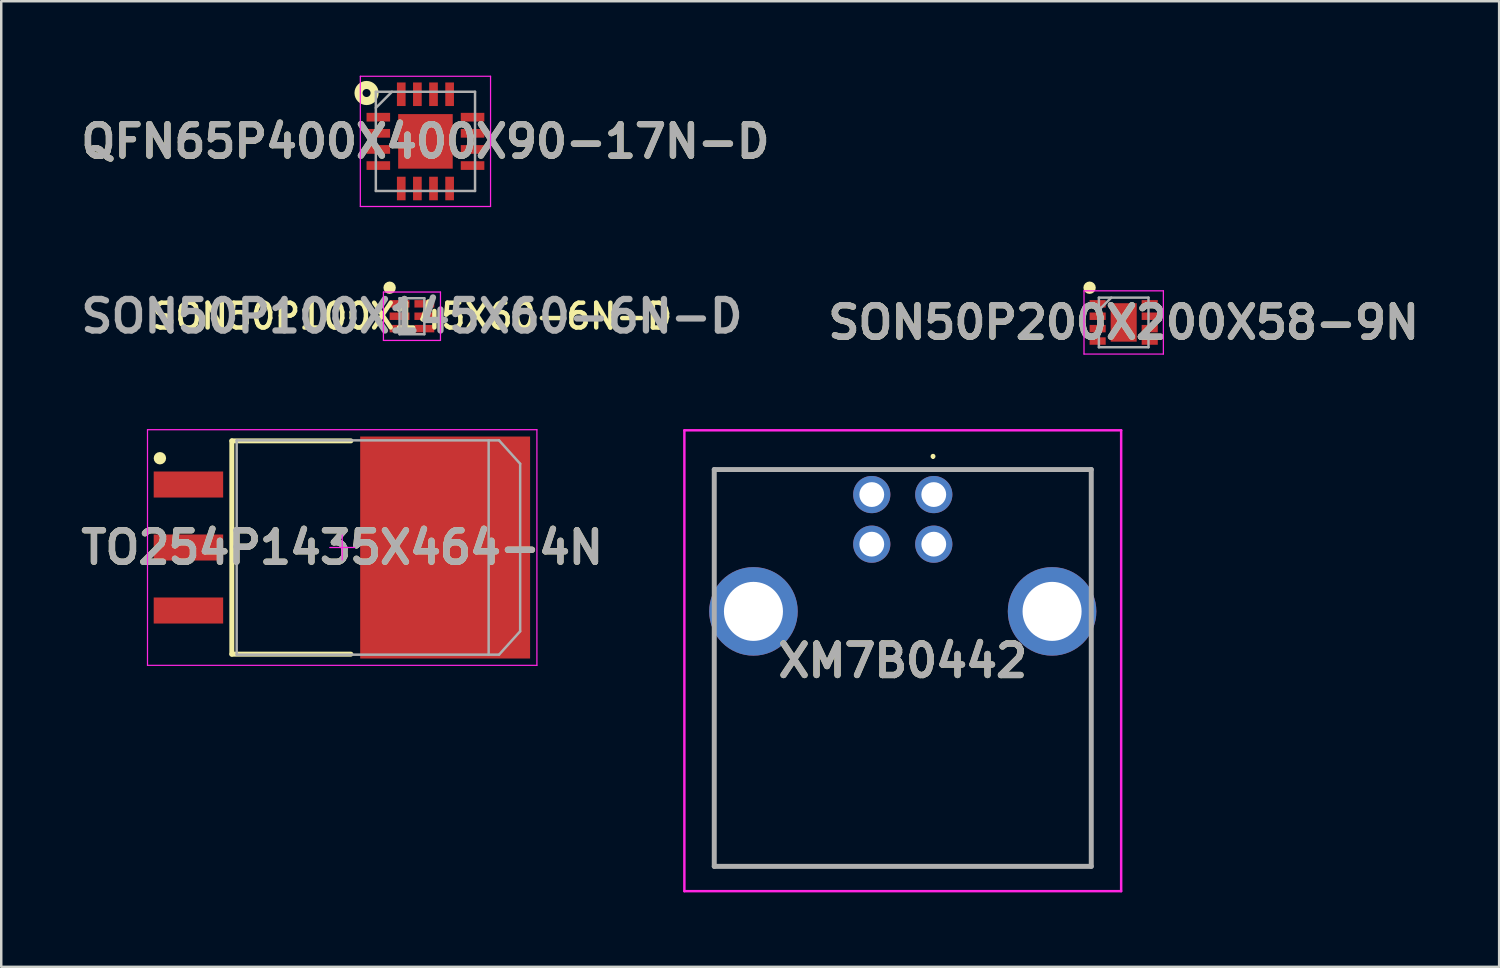
<source format=kicad_pcb>
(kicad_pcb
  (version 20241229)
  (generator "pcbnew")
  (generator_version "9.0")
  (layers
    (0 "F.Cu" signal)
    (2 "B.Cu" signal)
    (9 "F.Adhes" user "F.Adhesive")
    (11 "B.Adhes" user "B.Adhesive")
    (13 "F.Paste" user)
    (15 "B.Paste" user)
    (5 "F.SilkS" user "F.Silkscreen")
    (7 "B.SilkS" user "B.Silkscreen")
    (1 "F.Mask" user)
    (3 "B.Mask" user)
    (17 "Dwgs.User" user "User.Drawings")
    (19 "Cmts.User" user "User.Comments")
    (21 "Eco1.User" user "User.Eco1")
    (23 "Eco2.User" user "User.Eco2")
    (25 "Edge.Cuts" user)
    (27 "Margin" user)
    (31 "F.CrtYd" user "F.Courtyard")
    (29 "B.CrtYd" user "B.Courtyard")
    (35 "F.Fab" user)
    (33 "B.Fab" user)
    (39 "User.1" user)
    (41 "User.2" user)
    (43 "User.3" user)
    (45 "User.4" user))
  (footprint "QFN65P400X400X90-17N-D"
    (layer "F.Cu")
    (at 14.103 2.65)
    (property "Reference" "QFN65P400X400X90-17N-D" (at 0 0 0) (layer "F.SilkS") (effects (font (size 1.27 1.27) (thickness 0.254))))
    (attr smd)
    (fp_circle (center -2.374 -1.95) (end -2.374 -1.788) (stroke (width 0.325) (type solid)) (fill no) (layer "F.SilkS"))
    (fp_line (start -2.625 -2.625) (end 2.625 -2.625) (stroke (width 0.05) (type solid)) (layer "F.CrtYd"))
    (fp_line (start -2.625 2.625) (end -2.625 -2.625) (stroke (width 0.05) (type solid)) (layer "F.CrtYd"))
    (fp_line (start 2.625 -2.625) (end 2.625 2.625) (stroke (width 0.05) (type solid)) (layer "F.CrtYd"))
    (fp_line (start 2.625 2.625) (end -2.625 2.625) (stroke (width 0.05) (type solid)) (layer "F.CrtYd"))
    (fp_line (start -2 -2) (end 2 -2) (stroke (width 0.1) (type solid)) (layer "F.Fab"))
    (fp_line (start -2 -1.35) (end -1.35 -2) (stroke (width 0.1) (type solid)) (layer "F.Fab"))
    (fp_line (start -2 2) (end -2 -2) (stroke (width 0.1) (type solid)) (layer "F.Fab"))
    (fp_line (start 2 -2) (end 2 2) (stroke (width 0.1) (type solid)) (layer "F.Fab"))
    (fp_line (start 2 2) (end -2 2) (stroke (width 0.1) (type solid)) (layer "F.Fab"))
    (fp_text user "${REFERENCE}" (at 0 0 0) (layer "F.Fab") (effects (font (size 1.27 1.27) (thickness 0.254))))
    (pad "1" smd rect (at -1.9 -0.975 90) (size 0.35 0.95) (layers "F.Cu" "F.Mask" "F.Paste"))
    (pad "2" smd rect (at -1.9 -0.325 90) (size 0.35 0.95) (layers "F.Cu" "F.Mask" "F.Paste"))
    (pad "3" smd rect (at -1.9 0.325 90) (size 0.35 0.95) (layers "F.Cu" "F.Mask" "F.Paste"))
    (pad "4" smd rect (at -1.9 0.975 90) (size 0.35 0.95) (layers "F.Cu" "F.Mask" "F.Paste"))
    (pad "5" smd rect (at -0.975 1.9) (size 0.35 0.95) (layers "F.Cu" "F.Mask" "F.Paste"))
    (pad "6" smd rect (at -0.325 1.9) (size 0.35 0.95) (layers "F.Cu" "F.Mask" "F.Paste"))
    (pad "7" smd rect (at 0.325 1.9) (size 0.35 0.95) (layers "F.Cu" "F.Mask" "F.Paste"))
    (pad "8" smd rect (at 0.975 1.9) (size 0.35 0.95) (layers "F.Cu" "F.Mask" "F.Paste"))
    (pad "9" smd rect (at 1.9 0.975 90) (size 0.35 0.95) (layers "F.Cu" "F.Mask" "F.Paste"))
    (pad "10" smd rect (at 1.9 0.325 90) (size 0.35 0.95) (layers "F.Cu" "F.Mask" "F.Paste"))
    (pad "11" smd rect (at 1.9 -0.325 90) (size 0.35 0.95) (layers "F.Cu" "F.Mask" "F.Paste"))
    (pad "12" smd rect (at 1.9 -0.975 90) (size 0.35 0.95) (layers "F.Cu" "F.Mask" "F.Paste"))
    (pad "13" smd rect (at 0.975 -1.9) (size 0.35 0.95) (layers "F.Cu" "F.Mask" "F.Paste"))
    (pad "14" smd rect (at 0.325 -1.9) (size 0.35 0.95) (layers "F.Cu" "F.Mask" "F.Paste"))
    (pad "15" smd rect (at -0.325 -1.9) (size 0.35 0.95) (layers "F.Cu" "F.Mask" "F.Paste"))
    (pad "16" smd rect (at -0.975 -1.9) (size 0.35 0.95) (layers "F.Cu" "F.Mask" "F.Paste"))
    (pad "17" smd rect (at 0 0) (size 2.2 2.2) (layers "F.Cu" "F.Mask" "F.Paste")))
  (footprint "TO254P1435X464-4N"
    (layer "F.Cu")
    (at 10.747 19.025)
    (property "Reference" "TO254P1435X464-4N" (at 0 0 0) (layer "F.SilkS") (effects (font (size 1.27 1.27) (thickness 0.254))))
    (attr smd)
    (fp_line (start -4.45 -4.3) (end 0.35 -4.3) (stroke (width 0.2) (type solid)) (layer "F.SilkS"))
    (fp_line (start -4.45 4.3) (end -4.45 -4.3) (stroke (width 0.2) (type solid)) (layer "F.SilkS"))
    (fp_line (start 0.35 4.3) (end -4.45 4.3) (stroke (width 0.2) (type solid)) (layer "F.SilkS"))
    (fp_circle (center -7.35 -3.6) (end -7.35 -3.475) (stroke (width 0.25) (type solid)) (fill no) (layer "F.SilkS"))
    (fp_line (start -7.85 -4.75) (end -7.85 4.75) (stroke (width 0.05) (type solid)) (layer "F.CrtYd"))
    (fp_line (start -7.85 4.75) (end 7.85 4.75) (stroke (width 0.05) (type solid)) (layer "F.CrtYd"))
    (fp_line (start -4.38 -4.445) (end -4.38 4.445) (stroke (width 0.001) (type solid)) (layer "F.CrtYd"))
    (fp_line (start -4.38 4.445) (end 6.03 4.445) (stroke (width 0.001) (type solid)) (layer "F.CrtYd"))
    (fp_line (start -0.5 0) (end 0.5 0) (stroke (width 0.05) (type solid)) (layer "F.CrtYd"))
    (fp_line (start 0 0.5) (end 0 -0.5) (stroke (width 0.05) (type solid)) (layer "F.CrtYd"))
    (fp_line (start 6.03 -4.445) (end -4.38 -4.445) (stroke (width 0.001) (type solid)) (layer "F.CrtYd"))
    (fp_line (start 6.03 4.445) (end 6.03 -4.445) (stroke (width 0.001) (type solid)) (layer "F.CrtYd"))
    (fp_line (start 7.85 -4.75) (end -7.85 -4.75) (stroke (width 0.05) (type solid)) (layer "F.CrtYd"))
    (fp_line (start 7.85 4.75) (end 7.85 -4.75) (stroke (width 0.05) (type solid)) (layer "F.CrtYd"))
    (fp_line (start -4.255 -4.32) (end -4.255 4.32) (stroke (width 0.1) (type solid)) (layer "F.Fab"))
    (fp_line (start -4.255 4.32) (end 5.905 4.32) (stroke (width 0.1) (type solid)) (layer "F.Fab"))
    (fp_line (start 5.905 -4.32) (end -4.255 -4.32) (stroke (width 0.1) (type solid)) (layer "F.Fab"))
    (fp_line (start 5.905 4.32) (end 5.905 -4.32) (stroke (width 0.1) (type solid)) (layer "F.Fab"))
    (fp_line (start 5.905 4.32) (end 6.324 4.32) (stroke (width 0.1) (type solid)) (layer "F.Fab"))
    (fp_line (start 6.324 -4.32) (end 5.905 -4.32) (stroke (width 0.1) (type solid)) (layer "F.Fab"))
    (fp_line (start 6.324 4.32) (end 7.175 3.377) (stroke (width 0.1) (type solid)) (layer "F.Fab"))
    (fp_line (start 7.175 -3.377) (end 6.324 -4.32) (stroke (width 0.1) (type solid)) (layer "F.Fab"))
    (fp_line (start 7.175 3.377) (end 7.175 -3.377) (stroke (width 0.1) (type solid)) (layer "F.Fab"))
    (fp_text user "${REFERENCE}" (at 0 0 0) (layer "F.Fab") (effects (font (size 1.27 1.27) (thickness 0.254))))
    (pad "1" smd rect (at -6.2 -2.54 90) (size 1.05 2.8) (layers "F.Cu" "F.Mask" "F.Paste"))
    (pad "2" smd rect (at -6.2 0 90) (size 1.05 2.8) (layers "F.Cu" "F.Mask" "F.Paste"))
    (pad "3" smd rect (at -6.2 2.54 90) (size 1.05 2.8) (layers "F.Cu" "F.Mask" "F.Paste"))
    (pad "4" smd rect (at 4.15 0) (size 6.85 8.95) (layers "F.Cu" "F.Mask" "F.Paste")))
  (footprint "SON50P100X145X60-6N-D"
    (layer "F.Cu")
    (at 13.559 9.7)
    (property "Reference" "SON50P100X145X60-6N-D" (at 0 0 0) (layer "F.SilkS") (effects (font (size 1 1) (thickness 0.18) (bold yes))))
    (attr smd)
    (fp_circle (center -0.9 -1.15) (end -0.9 -1.025) (stroke (width 0.25) (type solid)) (fill no) (layer "F.SilkS"))
    (fp_line (start -1.15 -0.975) (end 1.15 -0.975) (stroke (width 0.05) (type solid)) (layer "F.CrtYd"))
    (fp_line (start -1.15 0.975) (end -1.15 -0.975) (stroke (width 0.05) (type solid)) (layer "F.CrtYd"))
    (fp_line (start 1.15 -0.975) (end 1.15 0.975) (stroke (width 0.05) (type solid)) (layer "F.CrtYd"))
    (fp_line (start 1.15 0.975) (end -1.15 0.975) (stroke (width 0.05) (type solid)) (layer "F.CrtYd"))
    (fp_line (start -0.5 -0.725) (end 0.5 -0.725) (stroke (width 0.1) (type solid)) (layer "F.Fab"))
    (fp_line (start -0.5 -0.475) (end -0.25 -0.725) (stroke (width 0.1) (type solid)) (layer "F.Fab"))
    (fp_line (start -0.5 0.725) (end -0.5 -0.725) (stroke (width 0.1) (type solid)) (layer "F.Fab"))
    (fp_line (start 0.5 -0.725) (end 0.5 0.725) (stroke (width 0.1) (type solid)) (layer "F.Fab"))
    (fp_line (start 0.5 0.725) (end -0.5 0.725) (stroke (width 0.1) (type solid)) (layer "F.Fab"))
    (fp_text user "${REFERENCE}" (at 0 0 0) (layer "F.Fab") (effects (font (size 1.27 1.27) (thickness 0.254))))
    (pad "1" smd rect (at -0.5 -0.5 90) (size 0.3 0.8) (layers "F.Cu" "F.Mask" "F.Paste"))
    (pad "2" smd rect (at -0.5 0 90) (size 0.3 0.8) (layers "F.Cu" "F.Mask" "F.Paste"))
    (pad "3" smd rect (at -0.5 0.5 90) (size 0.3 0.8) (layers "F.Cu" "F.Mask" "F.Paste"))
    (pad "4" smd rect (at 0.5 0.5 90) (size 0.3 0.8) (layers "F.Cu" "F.Mask" "F.Paste"))
    (pad "5" smd rect (at 0.5 0 90) (size 0.3 0.8) (layers "F.Cu" "F.Mask" "F.Paste"))
    (pad "6" smd rect (at 0.5 -0.5 90) (size 0.3 0.8) (layers "F.Cu" "F.Mask" "F.Paste")))
  (footprint "XM7B0442"
    (layer "F.Cu")
    (at 34.598 16.89)
    (property "Reference" "XM7B0442" (at -1.25 6.7 0) (layer "F.SilkS") (effects (font (size 1.27 1.27) (thickness 0.254))))
    (attr through_hole)
    (fp_line (start -8.85 -1.01) (end 6.37 -1.01) (stroke (width 0.1) (type solid)) (layer "F.SilkS"))
    (fp_line (start -8.85 2.71) (end -8.85 -1.01) (stroke (width 0.1) (type solid)) (layer "F.SilkS"))
    (fp_line (start -8.85 6.71) (end -8.85 14.99) (stroke (width 0.1) (type solid)) (layer "F.SilkS"))
    (fp_line (start -8.85 14.99) (end 6.35 14.99) (stroke (width 0.1) (type solid)) (layer "F.SilkS"))
    (fp_line (start -0.03 -1.59) (end -0.03 -1.59) (stroke (width 0.1) (type solid)) (layer "F.SilkS"))
    (fp_line (start -0.03 -1.49) (end -0.03 -1.49) (stroke (width 0.1) (type solid)) (layer "F.SilkS"))
    (fp_line (start 6.35 14.99) (end 6.37 6.71) (stroke (width 0.1) (type solid)) (layer "F.SilkS"))
    (fp_line (start 6.37 -1.01) (end 6.35 2.71) (stroke (width 0.1) (type solid)) (layer "F.SilkS"))
    (fp_arc (start -0.03 -1.59) (mid 0.02 -1.54) (end -0.03 -1.49) (stroke (width 0.1) (type solid)) (layer "F.SilkS"))
    (fp_arc (start -0.03 -1.49) (mid -0.08 -1.54) (end -0.03 -1.59) (stroke (width 0.1) (type solid)) (layer "F.SilkS"))
    (fp_line (start -10.055 -2.59) (end -10.055 15.99) (stroke (width 0.1) (type solid)) (layer "F.CrtYd"))
    (fp_line (start -10.055 15.99) (end 7.555 15.99) (stroke (width 0.1) (type solid)) (layer "F.CrtYd"))
    (fp_line (start 7.555 -2.59) (end -10.055 -2.59) (stroke (width 0.1) (type solid)) (layer "F.CrtYd"))
    (fp_line (start 7.555 15.99) (end 7.555 -2.59) (stroke (width 0.1) (type solid)) (layer "F.CrtYd"))
    (fp_line (start -8.85 -1.01) (end -8.85 14.99) (stroke (width 0.2) (type solid)) (layer "F.Fab"))
    (fp_line (start -8.85 14.99) (end 6.35 14.99) (stroke (width 0.2) (type solid)) (layer "F.Fab"))
    (fp_line (start 6.35 -1.01) (end -8.85 -1.01) (stroke (width 0.2) (type solid)) (layer "F.Fab"))
    (fp_line (start 6.35 14.99) (end 6.35 -1.01) (stroke (width 0.2) (type solid)) (layer "F.Fab"))
    (fp_text user "${REFERENCE}" (at -1.25 6.7 0) (layer "F.Fab") (effects (font (size 1.27 1.27) (thickness 0.254))))
    (pad "1" thru_hole circle (at 0 0) (size 1.5 1.5) (drill 1) (layers "*.Cu" "*.Mask"))
    (pad "2" thru_hole circle (at -2.5 0) (size 1.5 1.5) (drill 1) (layers "*.Cu" "*.Mask"))
    (pad "3" thru_hole circle (at -2.5 2) (size 1.5 1.5) (drill 1) (layers "*.Cu" "*.Mask"))
    (pad "4" thru_hole circle (at 0 2) (size 1.5 1.5) (drill 1) (layers "*.Cu" "*.Mask"))
    (pad "MH1" thru_hole circle (at 4.77 4.71) (size 3.57 3.57) (drill 2.38) (layers "*.Cu" "*.Mask"))
    (pad "MH2" thru_hole circle (at -7.27 4.71) (size 3.57 3.57) (drill 2.38) (layers "*.Cu" "*.Mask")))
  (footprint "SON50P200X200X58-9N"
    (layer "F.Cu")
    (at 42.255 9.95)
    (property "Reference" "SON50P200X200X58-9N" (at 0 0 0) (layer "F.SilkS") (effects (font (size 1.27 1.27) (thickness 0.254))))
    (attr smd)
    (fp_circle (center -1.375 -1.4) (end -1.375 -1.275) (stroke (width 0.25) (type solid)) (fill no) (layer "F.SilkS"))
    (fp_line (start -1.6 -1.275) (end 1.6 -1.275) (stroke (width 0.05) (type solid)) (layer "F.CrtYd"))
    (fp_line (start -1.6 1.275) (end -1.6 -1.275) (stroke (width 0.05) (type solid)) (layer "F.CrtYd"))
    (fp_line (start 1.6 -1.275) (end 1.6 1.275) (stroke (width 0.05) (type solid)) (layer "F.CrtYd"))
    (fp_line (start 1.6 1.275) (end -1.6 1.275) (stroke (width 0.05) (type solid)) (layer "F.CrtYd"))
    (fp_line (start -1 -1) (end 1 -1) (stroke (width 0.1) (type solid)) (layer "F.Fab"))
    (fp_line (start -1 -0.5) (end -0.5 -1) (stroke (width 0.1) (type solid)) (layer "F.Fab"))
    (fp_line (start -1 1) (end -1 -1) (stroke (width 0.1) (type solid)) (layer "F.Fab"))
    (fp_line (start 1 -1) (end 1 1) (stroke (width 0.1) (type solid)) (layer "F.Fab"))
    (fp_line (start 1 1) (end -1 1) (stroke (width 0.1) (type solid)) (layer "F.Fab"))
    (fp_text user "${REFERENCE}" (at 0 0 0) (layer "F.Fab") (effects (font (size 1.27 1.27) (thickness 0.254))))
    (pad "1" smd rect (at -1.05 -0.75 90) (size 0.3 0.65) (layers "F.Cu" "F.Mask" "F.Paste"))
    (pad "2" smd rect (at -1.05 -0.25 90) (size 0.3 0.65) (layers "F.Cu" "F.Mask" "F.Paste"))
    (pad "3" smd rect (at -1.05 0.25 90) (size 0.3 0.65) (layers "F.Cu" "F.Mask" "F.Paste"))
    (pad "4" smd rect (at -1.05 0.75 90) (size 0.3 0.65) (layers "F.Cu" "F.Mask" "F.Paste"))
    (pad "5" smd rect (at 1.05 0.75 90) (size 0.3 0.65) (layers "F.Cu" "F.Mask" "F.Paste"))
    (pad "6" smd rect (at 1.05 0.25 90) (size 0.3 0.65) (layers "F.Cu" "F.Mask" "F.Paste"))
    (pad "7" smd rect (at 1.05 -0.25 90) (size 0.3 0.65) (layers "F.Cu" "F.Mask" "F.Paste"))
    (pad "8" smd rect (at 1.05 -0.75 90) (size 0.3 0.65) (layers "F.Cu" "F.Mask" "F.Paste"))
    (pad "9" smd rect (at 0 0) (size 1.05 1.55) (layers "F.Cu" "F.Mask" "F.Paste")))
  (gr_rect
    (start -3 -3)
    (end 57.393 35.93)
    (stroke (width 0.1) (type default))
    (fill no)
    (layer "Edge.Cuts")))
</source>
